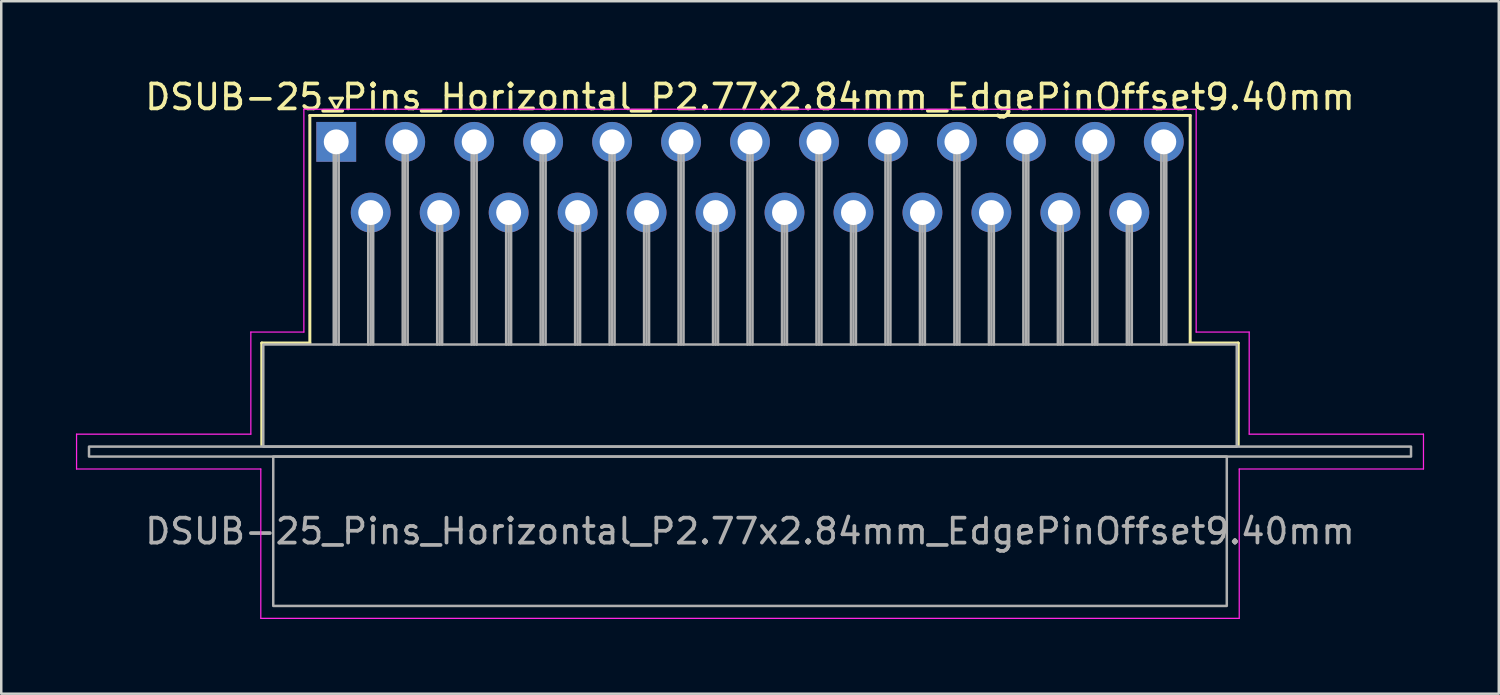
<source format=kicad_pcb>
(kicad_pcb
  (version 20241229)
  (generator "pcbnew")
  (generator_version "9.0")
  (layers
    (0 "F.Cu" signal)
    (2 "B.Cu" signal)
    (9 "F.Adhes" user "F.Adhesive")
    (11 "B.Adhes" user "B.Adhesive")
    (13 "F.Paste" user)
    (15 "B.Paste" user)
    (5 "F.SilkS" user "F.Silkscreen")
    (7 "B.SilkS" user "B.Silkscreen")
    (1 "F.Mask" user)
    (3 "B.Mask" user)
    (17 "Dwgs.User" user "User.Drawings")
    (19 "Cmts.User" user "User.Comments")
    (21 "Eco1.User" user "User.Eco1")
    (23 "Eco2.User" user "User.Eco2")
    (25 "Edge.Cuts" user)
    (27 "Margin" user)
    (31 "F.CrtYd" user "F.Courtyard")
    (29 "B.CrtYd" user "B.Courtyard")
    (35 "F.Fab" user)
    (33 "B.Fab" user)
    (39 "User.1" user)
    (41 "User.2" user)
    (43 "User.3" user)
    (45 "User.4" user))
  (footprint "DSUB-25_Pins_Horizontal_P2.77x2.84mm_EdgePinOffset9.40mm"
    (layer "F.Cu")
    (at 10.455 2.648)
    (property "Reference" "DSUB-25_Pins_Horizontal_P2.77x2.84mm_EdgePinOffset9.40mm" (at 16.62 -1.8 0) (layer "F.SilkS") (effects (font (size 1 1) (thickness 0.15))))
    (attr through_hole)
    (fp_line (start -2.99 8.08) (end -1.06 8.08) (stroke (width 0.12) (type solid)) (layer "F.SilkS"))
    (fp_line (start -2.99 12.18) (end -2.99 8.08) (stroke (width 0.12) (type solid)) (layer "F.SilkS"))
    (fp_line (start -1.06 -1.06) (end 34.3 -1.06) (stroke (width 0.12) (type solid)) (layer "F.SilkS"))
    (fp_line (start -1.06 8.08) (end -1.06 -1.06) (stroke (width 0.12) (type solid)) (layer "F.SilkS"))
    (fp_line (start -0.25 -1.754) (end 0.25 -1.754) (stroke (width 0.12) (type solid)) (layer "F.SilkS"))
    (fp_line (start 0 -1.321) (end -0.25 -1.754) (stroke (width 0.12) (type solid)) (layer "F.SilkS"))
    (fp_line (start 0.25 -1.754) (end 0 -1.321) (stroke (width 0.12) (type solid)) (layer "F.SilkS"))
    (fp_line (start 34.3 -1.06) (end 34.3 8.08) (stroke (width 0.12) (type solid)) (layer "F.SilkS"))
    (fp_line (start 34.3 8.08) (end 36.23 8.08) (stroke (width 0.12) (type solid)) (layer "F.SilkS"))
    (fp_line (start 36.23 8.08) (end 36.23 12.18) (stroke (width 0.12) (type solid)) (layer "F.SilkS"))
    (fp_line (start -10.43 11.74) (end -3.43 11.74) (stroke (width 0.05) (type solid)) (layer "F.CrtYd"))
    (fp_line (start -10.43 13.14) (end -10.43 11.74) (stroke (width 0.05) (type solid)) (layer "F.CrtYd"))
    (fp_line (start -3.43 7.64) (end -1.3 7.64) (stroke (width 0.05) (type solid)) (layer "F.CrtYd"))
    (fp_line (start -3.43 11.74) (end -3.43 7.64) (stroke (width 0.05) (type solid)) (layer "F.CrtYd"))
    (fp_line (start -3.03 13.14) (end -10.43 13.14) (stroke (width 0.05) (type solid)) (layer "F.CrtYd"))
    (fp_line (start -3.03 19.14) (end -3.03 13.14) (stroke (width 0.05) (type solid)) (layer "F.CrtYd"))
    (fp_line (start -1.3 -1.31) (end 34.54 -1.31) (stroke (width 0.05) (type solid)) (layer "F.CrtYd"))
    (fp_line (start -1.3 7.64) (end -1.3 -1.31) (stroke (width 0.05) (type solid)) (layer "F.CrtYd"))
    (fp_line (start 34.54 -1.31) (end 34.54 7.64) (stroke (width 0.05) (type solid)) (layer "F.CrtYd"))
    (fp_line (start 34.54 7.64) (end 36.67 7.64) (stroke (width 0.05) (type solid)) (layer "F.CrtYd"))
    (fp_line (start 36.27 13.14) (end 36.27 19.14) (stroke (width 0.05) (type solid)) (layer "F.CrtYd"))
    (fp_line (start 36.27 19.14) (end -3.03 19.14) (stroke (width 0.05) (type solid)) (layer "F.CrtYd"))
    (fp_line (start 36.67 7.64) (end 36.67 11.74) (stroke (width 0.05) (type solid)) (layer "F.CrtYd"))
    (fp_line (start 36.67 11.74) (end 43.67 11.74) (stroke (width 0.05) (type solid)) (layer "F.CrtYd"))
    (fp_line (start 43.67 11.74) (end 43.67 13.14) (stroke (width 0.05) (type solid)) (layer "F.CrtYd"))
    (fp_line (start 43.67 13.14) (end 36.27 13.14) (stroke (width 0.05) (type solid)) (layer "F.CrtYd"))
    (fp_line (start -0.1 0) (end -0.1 8.14) (stroke (width 0.1) (type solid)) (layer "F.Fab"))
    (fp_line (start 0 0) (end 0 8.14) (stroke (width 0.1) (type solid)) (layer "F.Fab"))
    (fp_line (start 0.1 0) (end 0.1 8.14) (stroke (width 0.1) (type solid)) (layer "F.Fab"))
    (fp_line (start 1.285 2.84) (end 1.285 8.14) (stroke (width 0.1) (type solid)) (layer "F.Fab"))
    (fp_line (start 1.385 2.84) (end 1.385 8.14) (stroke (width 0.1) (type solid)) (layer "F.Fab"))
    (fp_line (start 1.485 2.84) (end 1.485 8.14) (stroke (width 0.1) (type solid)) (layer "F.Fab"))
    (fp_line (start 2.67 0) (end 2.67 8.14) (stroke (width 0.1) (type solid)) (layer "F.Fab"))
    (fp_line (start 2.77 0) (end 2.77 8.14) (stroke (width 0.1) (type solid)) (layer "F.Fab"))
    (fp_line (start 2.87 0) (end 2.87 8.14) (stroke (width 0.1) (type solid)) (layer "F.Fab"))
    (fp_line (start 4.055 2.84) (end 4.055 8.14) (stroke (width 0.1) (type solid)) (layer "F.Fab"))
    (fp_line (start 4.155 2.84) (end 4.155 8.14) (stroke (width 0.1) (type solid)) (layer "F.Fab"))
    (fp_line (start 4.255 2.84) (end 4.255 8.14) (stroke (width 0.1) (type solid)) (layer "F.Fab"))
    (fp_line (start 5.44 0) (end 5.44 8.14) (stroke (width 0.1) (type solid)) (layer "F.Fab"))
    (fp_line (start 5.54 0) (end 5.54 8.14) (stroke (width 0.1) (type solid)) (layer "F.Fab"))
    (fp_line (start 5.64 0) (end 5.64 8.14) (stroke (width 0.1) (type solid)) (layer "F.Fab"))
    (fp_line (start 6.825 2.84) (end 6.825 8.14) (stroke (width 0.1) (type solid)) (layer "F.Fab"))
    (fp_line (start 6.925 2.84) (end 6.925 8.14) (stroke (width 0.1) (type solid)) (layer "F.Fab"))
    (fp_line (start 7.025 2.84) (end 7.025 8.14) (stroke (width 0.1) (type solid)) (layer "F.Fab"))
    (fp_line (start 8.21 0) (end 8.21 8.14) (stroke (width 0.1) (type solid)) (layer "F.Fab"))
    (fp_line (start 8.31 0) (end 8.31 8.14) (stroke (width 0.1) (type solid)) (layer "F.Fab"))
    (fp_line (start 8.41 0) (end 8.41 8.14) (stroke (width 0.1) (type solid)) (layer "F.Fab"))
    (fp_line (start 9.595 2.84) (end 9.595 8.14) (stroke (width 0.1) (type solid)) (layer "F.Fab"))
    (fp_line (start 9.695 2.84) (end 9.695 8.14) (stroke (width 0.1) (type solid)) (layer "F.Fab"))
    (fp_line (start 9.795 2.84) (end 9.795 8.14) (stroke (width 0.1) (type solid)) (layer "F.Fab"))
    (fp_line (start 10.98 0) (end 10.98 8.14) (stroke (width 0.1) (type solid)) (layer "F.Fab"))
    (fp_line (start 11.08 0) (end 11.08 8.14) (stroke (width 0.1) (type solid)) (layer "F.Fab"))
    (fp_line (start 11.18 0) (end 11.18 8.14) (stroke (width 0.1) (type solid)) (layer "F.Fab"))
    (fp_line (start 12.365 2.84) (end 12.365 8.14) (stroke (width 0.1) (type solid)) (layer "F.Fab"))
    (fp_line (start 12.465 2.84) (end 12.465 8.14) (stroke (width 0.1) (type solid)) (layer "F.Fab"))
    (fp_line (start 12.565 2.84) (end 12.565 8.14) (stroke (width 0.1) (type solid)) (layer "F.Fab"))
    (fp_line (start 13.75 0) (end 13.75 8.14) (stroke (width 0.1) (type solid)) (layer "F.Fab"))
    (fp_line (start 13.85 0) (end 13.85 8.14) (stroke (width 0.1) (type solid)) (layer "F.Fab"))
    (fp_line (start 13.95 0) (end 13.95 8.14) (stroke (width 0.1) (type solid)) (layer "F.Fab"))
    (fp_line (start 15.135 2.84) (end 15.135 8.14) (stroke (width 0.1) (type solid)) (layer "F.Fab"))
    (fp_line (start 15.235 2.84) (end 15.235 8.14) (stroke (width 0.1) (type solid)) (layer "F.Fab"))
    (fp_line (start 15.335 2.84) (end 15.335 8.14) (stroke (width 0.1) (type solid)) (layer "F.Fab"))
    (fp_line (start 16.52 0) (end 16.52 8.14) (stroke (width 0.1) (type solid)) (layer "F.Fab"))
    (fp_line (start 16.62 0) (end 16.62 8.14) (stroke (width 0.1) (type solid)) (layer "F.Fab"))
    (fp_line (start 16.72 0) (end 16.72 8.14) (stroke (width 0.1) (type solid)) (layer "F.Fab"))
    (fp_line (start 17.905 2.84) (end 17.905 8.14) (stroke (width 0.1) (type solid)) (layer "F.Fab"))
    (fp_line (start 18.005 2.84) (end 18.005 8.14) (stroke (width 0.1) (type solid)) (layer "F.Fab"))
    (fp_line (start 18.105 2.84) (end 18.105 8.14) (stroke (width 0.1) (type solid)) (layer "F.Fab"))
    (fp_line (start 19.29 0) (end 19.29 8.14) (stroke (width 0.1) (type solid)) (layer "F.Fab"))
    (fp_line (start 19.39 0) (end 19.39 8.14) (stroke (width 0.1) (type solid)) (layer "F.Fab"))
    (fp_line (start 19.49 0) (end 19.49 8.14) (stroke (width 0.1) (type solid)) (layer "F.Fab"))
    (fp_line (start 20.675 2.84) (end 20.675 8.14) (stroke (width 0.1) (type solid)) (layer "F.Fab"))
    (fp_line (start 20.775 2.84) (end 20.775 8.14) (stroke (width 0.1) (type solid)) (layer "F.Fab"))
    (fp_line (start 20.875 2.84) (end 20.875 8.14) (stroke (width 0.1) (type solid)) (layer "F.Fab"))
    (fp_line (start 22.06 0) (end 22.06 8.14) (stroke (width 0.1) (type solid)) (layer "F.Fab"))
    (fp_line (start 22.16 0) (end 22.16 8.14) (stroke (width 0.1) (type solid)) (layer "F.Fab"))
    (fp_line (start 22.26 0) (end 22.26 8.14) (stroke (width 0.1) (type solid)) (layer "F.Fab"))
    (fp_line (start 23.445 2.84) (end 23.445 8.14) (stroke (width 0.1) (type solid)) (layer "F.Fab"))
    (fp_line (start 23.545 2.84) (end 23.545 8.14) (stroke (width 0.1) (type solid)) (layer "F.Fab"))
    (fp_line (start 23.645 2.84) (end 23.645 8.14) (stroke (width 0.1) (type solid)) (layer "F.Fab"))
    (fp_line (start 24.83 0) (end 24.83 8.14) (stroke (width 0.1) (type solid)) (layer "F.Fab"))
    (fp_line (start 24.93 0) (end 24.93 8.14) (stroke (width 0.1) (type solid)) (layer "F.Fab"))
    (fp_line (start 25.03 0) (end 25.03 8.14) (stroke (width 0.1) (type solid)) (layer "F.Fab"))
    (fp_line (start 26.215 2.84) (end 26.215 8.14) (stroke (width 0.1) (type solid)) (layer "F.Fab"))
    (fp_line (start 26.315 2.84) (end 26.315 8.14) (stroke (width 0.1) (type solid)) (layer "F.Fab"))
    (fp_line (start 26.415 2.84) (end 26.415 8.14) (stroke (width 0.1) (type solid)) (layer "F.Fab"))
    (fp_line (start 27.6 0) (end 27.6 8.14) (stroke (width 0.1) (type solid)) (layer "F.Fab"))
    (fp_line (start 27.7 0) (end 27.7 8.14) (stroke (width 0.1) (type solid)) (layer "F.Fab"))
    (fp_line (start 27.8 0) (end 27.8 8.14) (stroke (width 0.1) (type solid)) (layer "F.Fab"))
    (fp_line (start 28.985 2.84) (end 28.985 8.14) (stroke (width 0.1) (type solid)) (layer "F.Fab"))
    (fp_line (start 29.085 2.84) (end 29.085 8.14) (stroke (width 0.1) (type solid)) (layer "F.Fab"))
    (fp_line (start 29.185 2.84) (end 29.185 8.14) (stroke (width 0.1) (type solid)) (layer "F.Fab"))
    (fp_line (start 30.37 0) (end 30.37 8.14) (stroke (width 0.1) (type solid)) (layer "F.Fab"))
    (fp_line (start 30.47 0) (end 30.47 8.14) (stroke (width 0.1) (type solid)) (layer "F.Fab"))
    (fp_line (start 30.57 0) (end 30.57 8.14) (stroke (width 0.1) (type solid)) (layer "F.Fab"))
    (fp_line (start 31.755 2.84) (end 31.755 8.14) (stroke (width 0.1) (type solid)) (layer "F.Fab"))
    (fp_line (start 31.855 2.84) (end 31.855 8.14) (stroke (width 0.1) (type solid)) (layer "F.Fab"))
    (fp_line (start 31.955 2.84) (end 31.955 8.14) (stroke (width 0.1) (type solid)) (layer "F.Fab"))
    (fp_line (start 33.14 0) (end 33.14 8.14) (stroke (width 0.1) (type solid)) (layer "F.Fab"))
    (fp_line (start 33.24 0) (end 33.24 8.14) (stroke (width 0.1) (type solid)) (layer "F.Fab"))
    (fp_line (start 33.34 0) (end 33.34 8.14) (stroke (width 0.1) (type solid)) (layer "F.Fab"))
    (fp_rect (start -9.93 12.24) (end 43.17 12.64) (stroke (width 0.1) (type solid)) (fill no) (layer "F.Fab"))
    (fp_rect (start -2.93 8.14) (end 36.17 12.24) (stroke (width 0.1) (type solid)) (fill no) (layer "F.Fab"))
    (fp_rect (start -2.53 12.64) (end 35.77 18.64) (stroke (width 0.1) (type solid)) (fill no) (layer "F.Fab"))
    (fp_text user "${REFERENCE}" (at 16.62 15.64 0) (layer "F.Fab") (effects (font (size 1 1) (thickness 0.15))))
    (pad "1" thru_hole rect (at 0 0) (size 1.6 1.6) (drill 1) (layers "*.Cu" "*.Mask"))
    (pad "2" thru_hole circle (at 2.77 0) (size 1.6 1.6) (drill 1) (layers "*.Cu" "*.Mask"))
    (pad "3" thru_hole circle (at 5.54 0) (size 1.6 1.6) (drill 1) (layers "*.Cu" "*.Mask"))
    (pad "4" thru_hole circle (at 8.31 0) (size 1.6 1.6) (drill 1) (layers "*.Cu" "*.Mask"))
    (pad "5" thru_hole circle (at 11.08 0) (size 1.6 1.6) (drill 1) (layers "*.Cu" "*.Mask"))
    (pad "6" thru_hole circle (at 13.85 0) (size 1.6 1.6) (drill 1) (layers "*.Cu" "*.Mask"))
    (pad "7" thru_hole circle (at 16.62 0) (size 1.6 1.6) (drill 1) (layers "*.Cu" "*.Mask"))
    (pad "8" thru_hole circle (at 19.39 0) (size 1.6 1.6) (drill 1) (layers "*.Cu" "*.Mask"))
    (pad "9" thru_hole circle (at 22.16 0) (size 1.6 1.6) (drill 1) (layers "*.Cu" "*.Mask"))
    (pad "10" thru_hole circle (at 24.93 0) (size 1.6 1.6) (drill 1) (layers "*.Cu" "*.Mask"))
    (pad "11" thru_hole circle (at 27.7 0) (size 1.6 1.6) (drill 1) (layers "*.Cu" "*.Mask"))
    (pad "12" thru_hole circle (at 30.47 0) (size 1.6 1.6) (drill 1) (layers "*.Cu" "*.Mask"))
    (pad "13" thru_hole circle (at 33.24 0) (size 1.6 1.6) (drill 1) (layers "*.Cu" "*.Mask"))
    (pad "14" thru_hole circle (at 1.385 2.84) (size 1.6 1.6) (drill 1) (layers "*.Cu" "*.Mask"))
    (pad "15" thru_hole circle (at 4.155 2.84) (size 1.6 1.6) (drill 1) (layers "*.Cu" "*.Mask"))
    (pad "16" thru_hole circle (at 6.925 2.84) (size 1.6 1.6) (drill 1) (layers "*.Cu" "*.Mask"))
    (pad "17" thru_hole circle (at 9.695 2.84) (size 1.6 1.6) (drill 1) (layers "*.Cu" "*.Mask"))
    (pad "18" thru_hole circle (at 12.465 2.84) (size 1.6 1.6) (drill 1) (layers "*.Cu" "*.Mask"))
    (pad "19" thru_hole circle (at 15.235 2.84) (size 1.6 1.6) (drill 1) (layers "*.Cu" "*.Mask"))
    (pad "20" thru_hole circle (at 18.005 2.84) (size 1.6 1.6) (drill 1) (layers "*.Cu" "*.Mask"))
    (pad "21" thru_hole circle (at 20.775 2.84) (size 1.6 1.6) (drill 1) (layers "*.Cu" "*.Mask"))
    (pad "22" thru_hole circle (at 23.545 2.84) (size 1.6 1.6) (drill 1) (layers "*.Cu" "*.Mask"))
    (pad "23" thru_hole circle (at 26.315 2.84) (size 1.6 1.6) (drill 1) (layers "*.Cu" "*.Mask"))
    (pad "24" thru_hole circle (at 29.085 2.84) (size 1.6 1.6) (drill 1) (layers "*.Cu" "*.Mask"))
    (pad "25" thru_hole circle (at 31.855 2.84) (size 1.6 1.6) (drill 1) (layers "*.Cu" "*.Mask")))
  (gr_rect
    (start -3 -3)
    (end 57.15 24.813)
    (stroke (width 0.1) (type default))
    (fill no)
    (layer "Edge.Cuts")))
</source>
